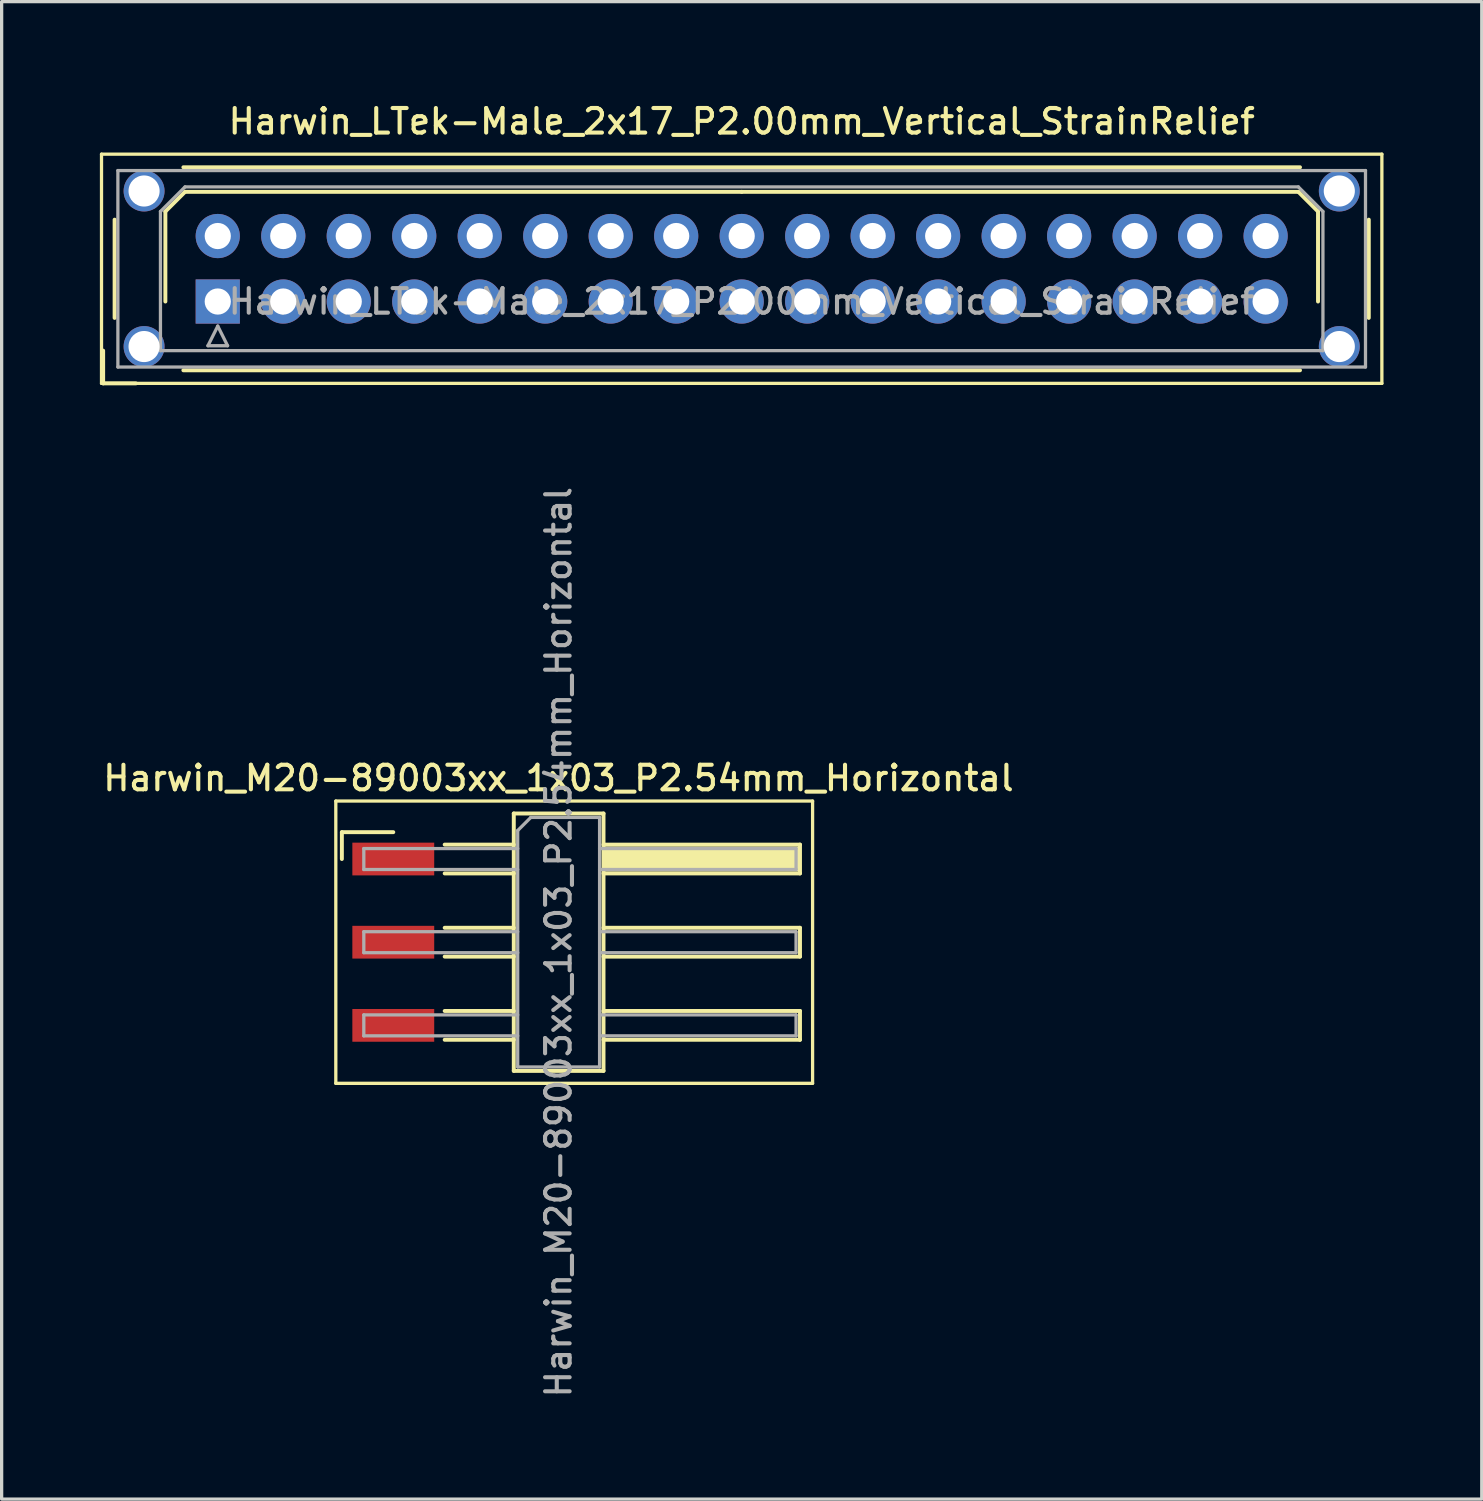
<source format=kicad_pcb>
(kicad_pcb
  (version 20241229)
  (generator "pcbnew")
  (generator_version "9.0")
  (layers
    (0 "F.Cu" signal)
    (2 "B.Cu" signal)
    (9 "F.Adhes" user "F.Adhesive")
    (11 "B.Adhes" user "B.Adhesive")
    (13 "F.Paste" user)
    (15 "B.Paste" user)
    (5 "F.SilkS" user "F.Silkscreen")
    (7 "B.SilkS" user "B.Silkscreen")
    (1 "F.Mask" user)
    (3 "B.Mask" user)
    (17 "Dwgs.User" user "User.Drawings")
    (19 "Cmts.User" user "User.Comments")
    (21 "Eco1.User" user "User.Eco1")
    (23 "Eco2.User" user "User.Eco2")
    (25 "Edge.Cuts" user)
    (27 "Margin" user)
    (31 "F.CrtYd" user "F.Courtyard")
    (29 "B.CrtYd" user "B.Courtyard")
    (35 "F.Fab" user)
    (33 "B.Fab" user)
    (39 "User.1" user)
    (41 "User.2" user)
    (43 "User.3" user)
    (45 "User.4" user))
  (footprint "Harwin_LTek-Male_2x17_P2.00mm_Vertical_StrainRelief"
    (layer "F.Cu")
    (at 3.6 6.158)
    (property "Reference" "Harwin_LTek-Male_2x17_P2.00mm_Vertical_StrainRelief" (at 16 -5.5 0) (layer "F.SilkS") (effects (font (size 0.75 0.75) (thickness 0.125))))
    (attr through_hole)
    (fp_line (start -3.55 -4.5) (end -3.55 2.5) (stroke (width 0.1) (type solid)) (layer "F.SilkS"))
    (fp_line (start -3.55 2.5) (end 35.55 2.5) (stroke (width 0.1) (type solid)) (layer "F.SilkS"))
    (fp_line (start -3.5 1.5) (end -3.5 2.5) (stroke (width 0.12) (type solid)) (layer "F.SilkS"))
    (fp_line (start -3.5 2.5) (end -2.5 2.5) (stroke (width 0.12) (type solid)) (layer "F.SilkS"))
    (fp_line (start -3.15 -2.5) (end -3.15 0.5) (stroke (width 0.12) (type solid)) (layer "F.SilkS"))
    (fp_line (start -1.6 -2.75) (end -1 -3.35) (stroke (width 0.12) (type solid)) (layer "F.SilkS"))
    (fp_line (start -1.6 0) (end -1.6 -2.75) (stroke (width 0.12) (type solid)) (layer "F.SilkS"))
    (fp_line (start -1.05 -4.1) (end 33.05 -4.1) (stroke (width 0.12) (type solid)) (layer "F.SilkS"))
    (fp_line (start -1.05 2.1) (end 33.05 2.1) (stroke (width 0.12) (type solid)) (layer "F.SilkS"))
    (fp_line (start -1 -3.35) (end 16 -3.35) (stroke (width 0.12) (type solid)) (layer "F.SilkS"))
    (fp_line (start 33 -3.35) (end 16 -3.35) (stroke (width 0.12) (type solid)) (layer "F.SilkS"))
    (fp_line (start 33.6 -2.75) (end 33 -3.35) (stroke (width 0.12) (type solid)) (layer "F.SilkS"))
    (fp_line (start 33.6 0) (end 33.6 -2.75) (stroke (width 0.12) (type solid)) (layer "F.SilkS"))
    (fp_line (start 35.15 -2.5) (end 35.15 0.5) (stroke (width 0.12) (type solid)) (layer "F.SilkS"))
    (fp_line (start 35.55 -4.5) (end -3.55 -4.5) (stroke (width 0.1) (type solid)) (layer "F.SilkS"))
    (fp_line (start 35.55 2.5) (end 35.55 -4.5) (stroke (width 0.1) (type solid)) (layer "F.SilkS"))
    (fp_line (start -3.05 -4) (end -3.05 2) (stroke (width 0.1) (type solid)) (layer "F.Fab"))
    (fp_line (start -3.05 2) (end 35.05 2) (stroke (width 0.1) (type solid)) (layer "F.Fab"))
    (fp_line (start -1.75 -2.75) (end -1 -3.5) (stroke (width 0.1) (type solid)) (layer "F.Fab"))
    (fp_line (start -1.75 1.5) (end -1.75 -2.75) (stroke (width 0.1) (type solid)) (layer "F.Fab"))
    (fp_line (start -1 -3.5) (end 33 -3.5) (stroke (width 0.1) (type solid)) (layer "F.Fab"))
    (fp_line (start -0.3 1.35) (end 0.3 1.35) (stroke (width 0.1) (type solid)) (layer "F.Fab"))
    (fp_line (start 0 0.75) (end -0.3 1.35) (stroke (width 0.1) (type solid)) (layer "F.Fab"))
    (fp_line (start 0.3 1.35) (end 0 0.75) (stroke (width 0.1) (type solid)) (layer "F.Fab"))
    (fp_line (start 33 -3.5) (end 33.75 -2.75) (stroke (width 0.1) (type solid)) (layer "F.Fab"))
    (fp_line (start 33.75 -2.75) (end 33.75 1.5) (stroke (width 0.1) (type solid)) (layer "F.Fab"))
    (fp_line (start 33.75 1.5) (end -1.75 1.5) (stroke (width 0.1) (type solid)) (layer "F.Fab"))
    (fp_line (start 35.05 -4) (end -3.05 -4) (stroke (width 0.1) (type solid)) (layer "F.Fab"))
    (fp_line (start 35.05 2) (end 35.05 -4) (stroke (width 0.1) (type solid)) (layer "F.Fab"))
    (fp_text user "${REFERENCE}" (at 16 0 0) (layer "F.Fab") (effects (font (size 0.75 0.75) (thickness 0.125))))
    (pad "" thru_hole circle (at -2.25 -3.375) (size 1.25 1.25) (drill 0.95) (layers "*.Cu" "*.Mask"))
    (pad "" thru_hole circle (at -2.25 1.375) (size 1.25 1.25) (drill 0.95) (layers "*.Cu" "*.Mask"))
    (pad "" thru_hole circle (at 34.25 -3.375) (size 1.25 1.25) (drill 0.95) (layers "*.Cu" "*.Mask"))
    (pad "" thru_hole circle (at 34.25 1.375) (size 1.25 1.25) (drill 0.95) (layers "*.Cu" "*.Mask"))
    (pad "1" thru_hole rect (at 0 0) (size 1.35 1.35) (drill 0.8) (layers "*.Cu" "*.Mask"))
    (pad "2" thru_hole circle (at 0 -2) (size 1.35 1.35) (drill 0.8) (layers "*.Cu" "*.Mask"))
    (pad "3" thru_hole circle (at 2 0) (size 1.35 1.35) (drill 0.8) (layers "*.Cu" "*.Mask"))
    (pad "4" thru_hole circle (at 2 -2) (size 1.35 1.35) (drill 0.8) (layers "*.Cu" "*.Mask"))
    (pad "5" thru_hole circle (at 4 0) (size 1.35 1.35) (drill 0.8) (layers "*.Cu" "*.Mask"))
    (pad "6" thru_hole circle (at 4 -2) (size 1.35 1.35) (drill 0.8) (layers "*.Cu" "*.Mask"))
    (pad "7" thru_hole circle (at 6 0) (size 1.35 1.35) (drill 0.8) (layers "*.Cu" "*.Mask"))
    (pad "8" thru_hole circle (at 6 -2) (size 1.35 1.35) (drill 0.8) (layers "*.Cu" "*.Mask"))
    (pad "9" thru_hole circle (at 8 0) (size 1.35 1.35) (drill 0.8) (layers "*.Cu" "*.Mask"))
    (pad "10" thru_hole circle (at 8 -2) (size 1.35 1.35) (drill 0.8) (layers "*.Cu" "*.Mask"))
    (pad "11" thru_hole circle (at 10 0) (size 1.35 1.35) (drill 0.8) (layers "*.Cu" "*.Mask"))
    (pad "12" thru_hole circle (at 10 -2) (size 1.35 1.35) (drill 0.8) (layers "*.Cu" "*.Mask"))
    (pad "13" thru_hole circle (at 12 0) (size 1.35 1.35) (drill 0.8) (layers "*.Cu" "*.Mask"))
    (pad "14" thru_hole circle (at 12 -2) (size 1.35 1.35) (drill 0.8) (layers "*.Cu" "*.Mask"))
    (pad "15" thru_hole circle (at 14 0) (size 1.35 1.35) (drill 0.8) (layers "*.Cu" "*.Mask"))
    (pad "16" thru_hole circle (at 14 -2) (size 1.35 1.35) (drill 0.8) (layers "*.Cu" "*.Mask"))
    (pad "17" thru_hole circle (at 16 0) (size 1.35 1.35) (drill 0.8) (layers "*.Cu" "*.Mask"))
    (pad "18" thru_hole circle (at 16 -2) (size 1.35 1.35) (drill 0.8) (layers "*.Cu" "*.Mask"))
    (pad "19" thru_hole circle (at 18 0) (size 1.35 1.35) (drill 0.8) (layers "*.Cu" "*.Mask"))
    (pad "20" thru_hole circle (at 18 -2) (size 1.35 1.35) (drill 0.8) (layers "*.Cu" "*.Mask"))
    (pad "21" thru_hole circle (at 20 0) (size 1.35 1.35) (drill 0.8) (layers "*.Cu" "*.Mask"))
    (pad "22" thru_hole circle (at 20 -2) (size 1.35 1.35) (drill 0.8) (layers "*.Cu" "*.Mask"))
    (pad "23" thru_hole circle (at 22 0) (size 1.35 1.35) (drill 0.8) (layers "*.Cu" "*.Mask"))
    (pad "24" thru_hole circle (at 22 -2) (size 1.35 1.35) (drill 0.8) (layers "*.Cu" "*.Mask"))
    (pad "25" thru_hole circle (at 24 0) (size 1.35 1.35) (drill 0.8) (layers "*.Cu" "*.Mask"))
    (pad "26" thru_hole circle (at 24 -2) (size 1.35 1.35) (drill 0.8) (layers "*.Cu" "*.Mask"))
    (pad "27" thru_hole circle (at 26 0) (size 1.35 1.35) (drill 0.8) (layers "*.Cu" "*.Mask"))
    (pad "28" thru_hole circle (at 26 -2) (size 1.35 1.35) (drill 0.8) (layers "*.Cu" "*.Mask"))
    (pad "29" thru_hole circle (at 28 0) (size 1.35 1.35) (drill 0.8) (layers "*.Cu" "*.Mask"))
    (pad "30" thru_hole circle (at 28 -2) (size 1.35 1.35) (drill 0.8) (layers "*.Cu" "*.Mask"))
    (pad "31" thru_hole circle (at 30 0) (size 1.35 1.35) (drill 0.8) (layers "*.Cu" "*.Mask"))
    (pad "32" thru_hole circle (at 30 -2) (size 1.35 1.35) (drill 0.8) (layers "*.Cu" "*.Mask"))
    (pad "33" thru_hole circle (at 32 0) (size 1.35 1.35) (drill 0.8) (layers "*.Cu" "*.Mask"))
    (pad "34" thru_hole circle (at 32 -2) (size 1.35 1.35) (drill 0.8) (layers "*.Cu" "*.Mask")))
  (footprint "Harwin_M20-89003xx_1x03_P2.54mm_Horizontal"
    (layer "F.Cu")
    (at 14.485 25.723)
    (property "Reference" "Harwin_M20-89003xx_1x03_P2.54mm_Horizontal" (at -0.48 -5.01 0) (layer "F.SilkS") (effects (font (size 0.75 0.75) (thickness 0.125))))
    (attr smd)
    (fp_line (start -7.28 -4.31) (end 7.28 -4.31) (stroke (width 0.1) (type solid)) (layer "F.SilkS"))
    (fp_line (start -7.28 4.31) (end -7.28 -4.31) (stroke (width 0.1) (type solid)) (layer "F.SilkS"))
    (fp_line (start -7.095 -3.36) (end -5.525 -3.36) (stroke (width 0.12) (type solid)) (layer "F.SilkS"))
    (fp_line (start -7.095 -2.54) (end -7.095 -3.36) (stroke (width 0.12) (type solid)) (layer "F.SilkS"))
    (fp_line (start -3.955 -2.98) (end -1.845 -2.98) (stroke (width 0.12) (type solid)) (layer "F.SilkS"))
    (fp_line (start -3.955 -2.1) (end -1.845 -2.1) (stroke (width 0.12) (type solid)) (layer "F.SilkS"))
    (fp_line (start -3.955 -0.44) (end -1.845 -0.44) (stroke (width 0.12) (type solid)) (layer "F.SilkS"))
    (fp_line (start -3.955 0.44) (end -1.845 0.44) (stroke (width 0.12) (type solid)) (layer "F.SilkS"))
    (fp_line (start -3.955 2.1) (end -1.845 2.1) (stroke (width 0.12) (type solid)) (layer "F.SilkS"))
    (fp_line (start -3.955 2.98) (end -1.845 2.98) (stroke (width 0.12) (type solid)) (layer "F.SilkS"))
    (fp_line (start -1.845 -3.93) (end 0.895 -3.93) (stroke (width 0.12) (type solid)) (layer "F.SilkS"))
    (fp_line (start -1.845 3.93) (end -1.845 -3.93) (stroke (width 0.12) (type solid)) (layer "F.SilkS"))
    (fp_line (start 0.895 -3.93) (end 0.895 3.93) (stroke (width 0.12) (type solid)) (layer "F.SilkS"))
    (fp_line (start 0.895 -2.98) (end 6.895 -2.98) (stroke (width 0.12) (type solid)) (layer "F.SilkS"))
    (fp_line (start 0.895 -0.44) (end 6.895 -0.44) (stroke (width 0.12) (type solid)) (layer "F.SilkS"))
    (fp_line (start 0.895 2.1) (end 6.895 2.1) (stroke (width 0.12) (type solid)) (layer "F.SilkS"))
    (fp_line (start 0.895 3.93) (end -1.845 3.93) (stroke (width 0.12) (type solid)) (layer "F.SilkS"))
    (fp_line (start 6.895 -2.98) (end 6.895 -2.1) (stroke (width 0.12) (type solid)) (layer "F.SilkS"))
    (fp_line (start 6.895 -2.1) (end 0.895 -2.1) (stroke (width 0.12) (type solid)) (layer "F.SilkS"))
    (fp_line (start 6.895 -0.44) (end 6.895 0.44) (stroke (width 0.12) (type solid)) (layer "F.SilkS"))
    (fp_line (start 6.895 0.44) (end 0.895 0.44) (stroke (width 0.12) (type solid)) (layer "F.SilkS"))
    (fp_line (start 6.895 2.1) (end 6.895 2.98) (stroke (width 0.12) (type solid)) (layer "F.SilkS"))
    (fp_line (start 6.895 2.98) (end 0.895 2.98) (stroke (width 0.12) (type solid)) (layer "F.SilkS"))
    (fp_line (start 7.28 -4.31) (end 7.28 4.31) (stroke (width 0.1) (type solid)) (layer "F.SilkS"))
    (fp_line (start 7.28 4.31) (end -7.28 4.31) (stroke (width 0.1) (type solid)) (layer "F.SilkS"))
    (fp_line (start -6.425 -2.86) (end -6.425 -2.22) (stroke (width 0.1) (type solid)) (layer "F.Fab"))
    (fp_line (start -6.425 -2.22) (end -1.725 -2.22) (stroke (width 0.1) (type solid)) (layer "F.Fab"))
    (fp_line (start -6.425 -0.32) (end -6.425 0.32) (stroke (width 0.1) (type solid)) (layer "F.Fab"))
    (fp_line (start -6.425 0.32) (end -1.725 0.32) (stroke (width 0.1) (type solid)) (layer "F.Fab"))
    (fp_line (start -6.425 2.22) (end -6.425 2.86) (stroke (width 0.1) (type solid)) (layer "F.Fab"))
    (fp_line (start -6.425 2.86) (end -1.725 2.86) (stroke (width 0.1) (type solid)) (layer "F.Fab"))
    (fp_line (start -1.725 -3.41) (end -1.325 -3.81) (stroke (width 0.1) (type solid)) (layer "F.Fab"))
    (fp_line (start -1.725 -2.86) (end -6.425 -2.86) (stroke (width 0.1) (type solid)) (layer "F.Fab"))
    (fp_line (start -1.725 -0.32) (end -6.425 -0.32) (stroke (width 0.1) (type solid)) (layer "F.Fab"))
    (fp_line (start -1.725 2.22) (end -6.425 2.22) (stroke (width 0.1) (type solid)) (layer "F.Fab"))
    (fp_line (start -1.725 3.81) (end -1.725 -3.41) (stroke (width 0.1) (type solid)) (layer "F.Fab"))
    (fp_line (start -1.325 -3.81) (end 0.775 -3.81) (stroke (width 0.1) (type solid)) (layer "F.Fab"))
    (fp_line (start 0.775 -3.81) (end 0.775 3.81) (stroke (width 0.1) (type solid)) (layer "F.Fab"))
    (fp_line (start 0.775 -2.86) (end 6.775 -2.86) (stroke (width 0.1) (type solid)) (layer "F.Fab"))
    (fp_line (start 0.775 -0.32) (end 6.775 -0.32) (stroke (width 0.1) (type solid)) (layer "F.Fab"))
    (fp_line (start 0.775 2.22) (end 6.775 2.22) (stroke (width 0.1) (type solid)) (layer "F.Fab"))
    (fp_line (start 0.775 3.81) (end -1.725 3.81) (stroke (width 0.1) (type solid)) (layer "F.Fab"))
    (fp_line (start 6.775 -2.86) (end 6.775 -2.22) (stroke (width 0.1) (type solid)) (layer "F.Fab"))
    (fp_line (start 6.775 -2.22) (end 0.775 -2.22) (stroke (width 0.1) (type solid)) (layer "F.Fab"))
    (fp_line (start 6.775 -0.32) (end 6.775 0.32) (stroke (width 0.1) (type solid)) (layer "F.Fab"))
    (fp_line (start 6.775 0.32) (end 0.775 0.32) (stroke (width 0.1) (type solid)) (layer "F.Fab"))
    (fp_line (start 6.775 2.22) (end 6.775 2.86) (stroke (width 0.1) (type solid)) (layer "F.Fab"))
    (fp_line (start 6.775 2.86) (end 0.775 2.86) (stroke (width 0.1) (type solid)) (layer "F.Fab"))
    (fp_text user "${REFERENCE}" (at -0.48 0 90) (layer "F.Fab") (effects (font (size 0.75 0.75) (thickness 0.125))))
    (pad "" smd rect (at 3.895 -2.54) (size 6 0.76) (layers "F.SilkS"))
    (pad "1" smd rect (at -5.525 -2.54) (size 2.5 1) (layers "F.Cu" "F.Mask" "F.Paste"))
    (pad "2" smd rect (at -5.525 0) (size 2.5 1) (layers "F.Cu" "F.Mask" "F.Paste"))
    (pad "3" smd rect (at -5.525 2.54) (size 2.5 1) (layers "F.Cu" "F.Mask" "F.Paste")))
  (gr_rect
    (start -3 -3)
    (end 42.2 42.729)
    (stroke (width 0.1) (type default))
    (fill no)
    (layer "Edge.Cuts")))
</source>
